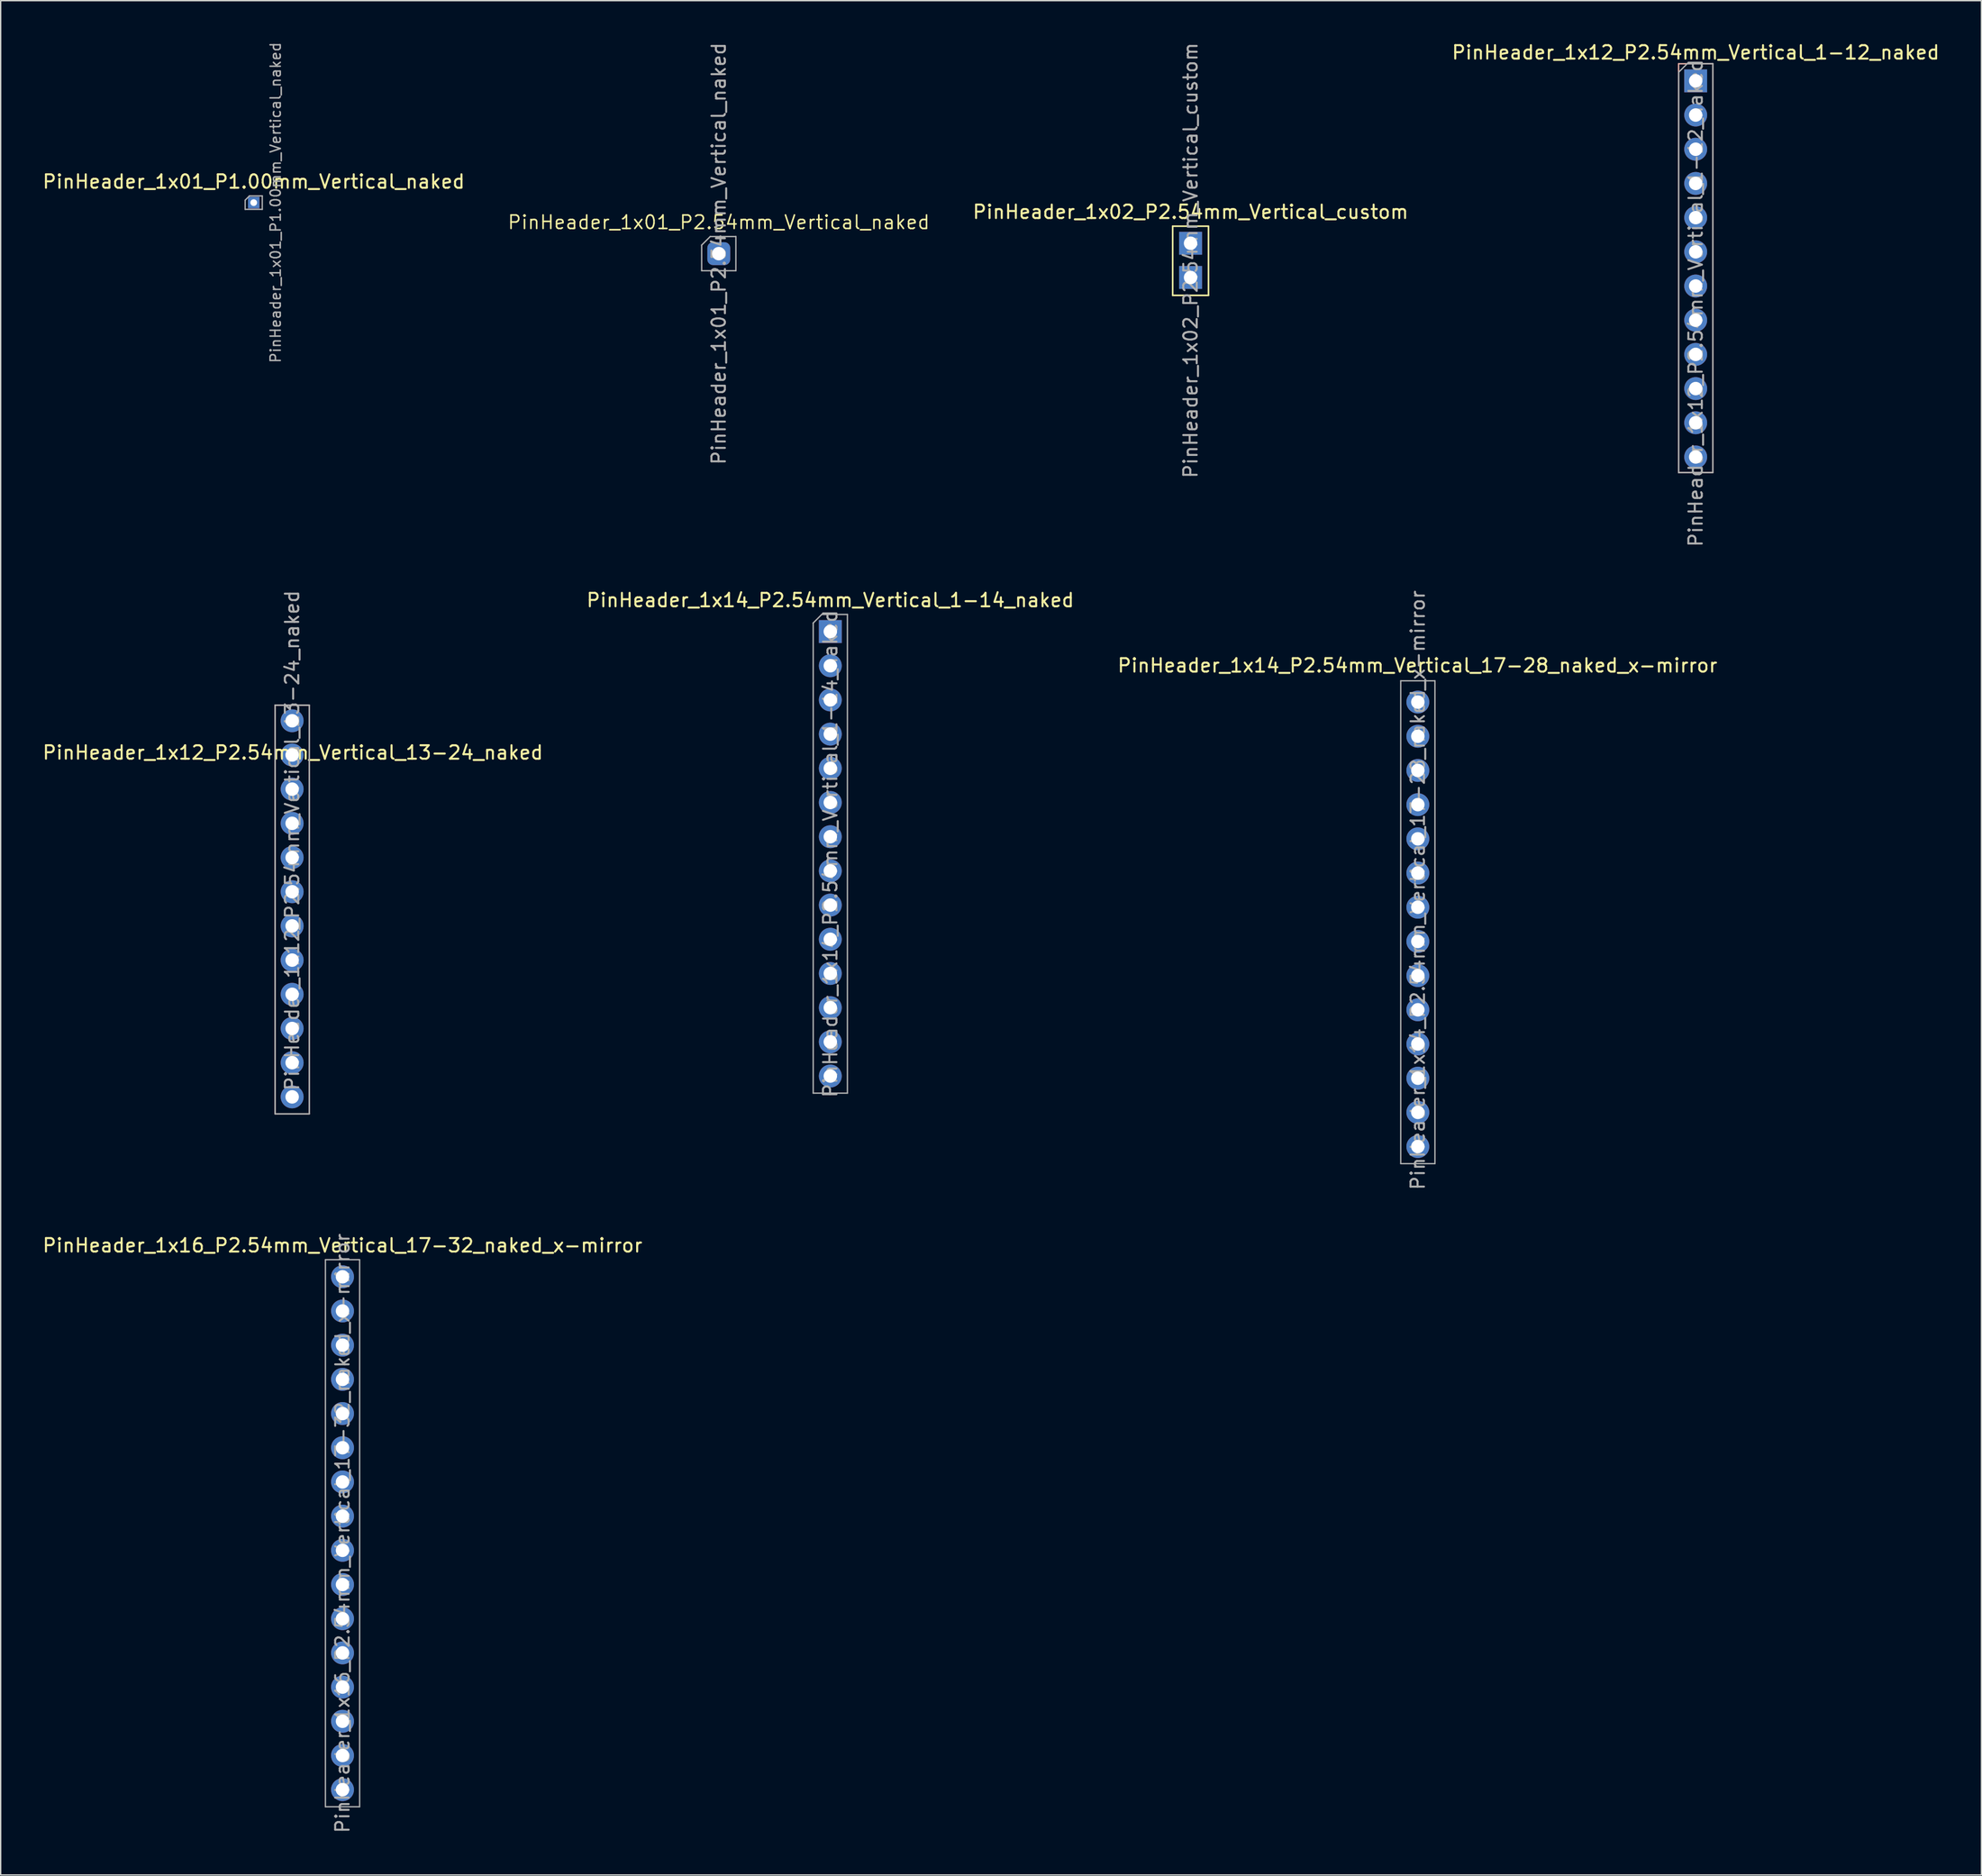
<source format=kicad_pcb>
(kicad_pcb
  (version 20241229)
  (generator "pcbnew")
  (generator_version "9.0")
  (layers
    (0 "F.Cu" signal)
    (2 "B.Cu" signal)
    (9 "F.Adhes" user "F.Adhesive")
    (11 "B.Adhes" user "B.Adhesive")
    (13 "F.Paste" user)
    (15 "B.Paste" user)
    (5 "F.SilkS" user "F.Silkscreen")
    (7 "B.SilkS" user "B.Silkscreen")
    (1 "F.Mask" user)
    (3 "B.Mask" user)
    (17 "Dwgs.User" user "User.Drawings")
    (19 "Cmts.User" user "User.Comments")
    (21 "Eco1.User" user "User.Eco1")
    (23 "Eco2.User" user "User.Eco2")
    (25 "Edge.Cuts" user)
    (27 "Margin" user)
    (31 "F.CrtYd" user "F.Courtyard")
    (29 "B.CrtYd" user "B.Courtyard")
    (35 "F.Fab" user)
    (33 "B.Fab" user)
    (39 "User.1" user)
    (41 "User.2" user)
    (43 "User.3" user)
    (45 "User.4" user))
  (footprint "PinHeader_1x01_P1.00mm_Vertical_naked"
    (layer "F.Cu")
    (at 15.792 12.002)
    (property "Reference" "PinHeader_1x01_P1.00mm_Vertical_naked" (at 0 -1.56 0) (layer "F.SilkS") (effects (font (size 1 1) (thickness 0.15))))
    (attr through_hole)
    (fp_line (start -0.635 -0.182) (end -0.318 -0.5) (stroke (width 0.1) (type solid)) (layer "F.Fab"))
    (fp_line (start -0.635 0.5) (end -0.635 -0.182) (stroke (width 0.1) (type solid)) (layer "F.Fab"))
    (fp_line (start -0.318 -0.5) (end 0.635 -0.5) (stroke (width 0.1) (type solid)) (layer "F.Fab"))
    (fp_line (start 0.635 -0.5) (end 0.635 0.5) (stroke (width 0.1) (type solid)) (layer "F.Fab"))
    (fp_line (start 0.635 0.5) (end -0.635 0.5) (stroke (width 0.1) (type solid)) (layer "F.Fab"))
    (fp_text user "${REFERENCE}" (at 1.626 0 90) (layer "F.Fab") (effects (font (size 0.76 0.76) (thickness 0.114))))
    (pad "1" thru_hole rect (at 0 0) (size 0.85 0.85) (drill 0.5) (layers "*.Cu" "*.Mask")))
  (footprint "PinHeader_1x14_P2.54mm_Vertical_1-14_naked"
    (layer "F.Cu")
    (at 58.613 43.865)
    (property "Reference" "PinHeader_1x14_P2.54mm_Vertical_1-14_naked" (at 0 -2.33 0) (layer "F.SilkS") (effects (font (size 1 1) (thickness 0.15))))
    (attr through_hole)
    (fp_line (start -1.27 -0.635) (end -0.635 -1.27) (stroke (width 0.1) (type solid)) (layer "F.Fab"))
    (fp_line (start -1.27 34.29) (end -1.27 -0.635) (stroke (width 0.1) (type solid)) (layer "F.Fab"))
    (fp_line (start -0.635 -1.27) (end 1.27 -1.27) (stroke (width 0.1) (type solid)) (layer "F.Fab"))
    (fp_line (start 1.27 -1.27) (end 1.27 34.29) (stroke (width 0.1) (type solid)) (layer "F.Fab"))
    (fp_line (start 1.27 34.29) (end -1.27 34.29) (stroke (width 0.1) (type solid)) (layer "F.Fab"))
    (fp_text user "${REFERENCE}" (at 0 16.51 90) (layer "F.Fab") (effects (font (size 1 1) (thickness 0.15))))
    (pad "1" thru_hole rect (at 0 0) (size 1.7 1.7) (drill 1) (layers "*.Cu" "*.Mask"))
    (pad "2" thru_hole oval (at 0 2.54) (size 1.7 1.7) (drill 1) (layers "*.Cu" "*.Mask"))
    (pad "3" thru_hole oval (at 0 5.08) (size 1.7 1.7) (drill 1) (layers "*.Cu" "*.Mask"))
    (pad "4" thru_hole oval (at 0 7.62) (size 1.7 1.7) (drill 1) (layers "*.Cu" "*.Mask"))
    (pad "5" thru_hole oval (at 0 10.16) (size 1.7 1.7) (drill 1) (layers "*.Cu" "*.Mask"))
    (pad "6" thru_hole oval (at 0 12.7) (size 1.7 1.7) (drill 1) (layers "*.Cu" "*.Mask"))
    (pad "7" thru_hole oval (at 0 15.24) (size 1.7 1.7) (drill 1) (layers "*.Cu" "*.Mask"))
    (pad "8" thru_hole oval (at 0 17.78) (size 1.7 1.7) (drill 1) (layers "*.Cu" "*.Mask"))
    (pad "9" thru_hole oval (at 0 20.32) (size 1.7 1.7) (drill 1) (layers "*.Cu" "*.Mask"))
    (pad "10" thru_hole oval (at 0 22.86) (size 1.7 1.7) (drill 1) (layers "*.Cu" "*.Mask"))
    (pad "11" thru_hole oval (at 0 25.4) (size 1.7 1.7) (drill 1) (layers "*.Cu" "*.Mask"))
    (pad "12" thru_hole oval (at 0 27.94) (size 1.7 1.7) (drill 1) (layers "*.Cu" "*.Mask"))
    (pad "13" thru_hole oval (at 0 30.48) (size 1.7 1.7) (drill 1) (layers "*.Cu" "*.Mask"))
    (pad "14" thru_hole oval (at 0 33.02) (size 1.7 1.7) (drill 1) (layers "*.Cu" "*.Mask")))
  (footprint "PinHeader_1x01_P2.54mm_Vertical_naked"
    (layer "F.Cu")
    (at 50.33 15.792)
    (property "Reference" "PinHeader_1x01_P2.54mm_Vertical_naked" (at 0 -2.33 0) (layer "F.SilkS") (effects (font (size 1 1) (thickness 0.12))))
    (attr through_hole)
    (fp_line (start -1.27 -0.635) (end -0.635 -1.27) (stroke (width 0.1) (type solid)) (layer "F.Fab"))
    (fp_line (start -1.27 1.27) (end -1.27 -0.635) (stroke (width 0.1) (type solid)) (layer "F.Fab"))
    (fp_line (start -0.635 -1.27) (end 1.27 -1.27) (stroke (width 0.1) (type solid)) (layer "F.Fab"))
    (fp_line (start 1.27 -1.27) (end 1.27 1.27) (stroke (width 0.1) (type solid)) (layer "F.Fab"))
    (fp_line (start 1.27 1.27) (end -1.27 1.27) (stroke (width 0.1) (type solid)) (layer "F.Fab"))
    (fp_text user "${REFERENCE}" (at 0 0 90) (layer "F.Fab") (effects (font (size 1 1) (thickness 0.15))))
    (pad "1" thru_hole roundrect (at 0 0) (size 1.7 1.7) (drill 1) (layers "*.Cu" "*.Mask") (roundrect_rratio 0.25)))
  (footprint "PinHeader_1x12_P2.54mm_Vertical_13-24_naked"
    (layer "F.Cu")
    (at 18.646 50.493)
    (property "Reference" "PinHeader_1x12_P2.54mm_Vertical_13-24_naked" (at 0.051 2.362 0) (layer "F.SilkS") (effects (font (size 1 1) (thickness 0.15))))
    (attr through_hole)
    (fp_line (start -1.27 -1.16) (end 1.27 -1.16) (stroke (width 0.1) (type solid)) (layer "B.SilkS"))
    (fp_line (start -1.27 29.2) (end -1.27 -1.16) (stroke (width 0.1) (type solid)) (layer "B.SilkS"))
    (fp_line (start 1.27 -1.16) (end 1.27 29.2) (stroke (width 0.1) (type solid)) (layer "B.SilkS"))
    (fp_line (start 1.27 29.2) (end -1.27 29.2) (stroke (width 0.1) (type solid)) (layer "B.SilkS"))
    (fp_line (start -1.27 -1.16) (end 1.27 -1.16) (stroke (width 0.1) (type solid)) (layer "F.Fab"))
    (fp_line (start -1.27 29.2) (end -1.27 -1.16) (stroke (width 0.1) (type solid)) (layer "F.Fab"))
    (fp_line (start 1.27 -1.16) (end 1.27 29.2) (stroke (width 0.1) (type solid)) (layer "F.Fab"))
    (fp_line (start 1.27 29.2) (end -1.27 29.2) (stroke (width 0.1) (type solid)) (layer "F.Fab"))
    (fp_text user "${REFERENCE}" (at 0 8.89 90) (layer "F.Fab") (effects (font (size 1 1) (thickness 0.15))))
    (pad "13" thru_hole oval (at 0 27.94) (size 1.7 1.7) (drill 1) (layers "*.Cu" "*.Mask"))
    (pad "14" thru_hole oval (at 0 25.4) (size 1.7 1.7) (drill 1) (layers "*.Cu" "*.Mask"))
    (pad "15" thru_hole oval (at 0 22.86) (size 1.7 1.7) (drill 1) (layers "*.Cu" "*.Mask"))
    (pad "16" thru_hole oval (at 0 20.32) (size 1.7 1.7) (drill 1) (layers "*.Cu" "*.Mask"))
    (pad "17" thru_hole oval (at 0 17.78) (size 1.7 1.7) (drill 1) (layers "*.Cu" "*.Mask"))
    (pad "18" thru_hole oval (at 0 15.24) (size 1.7 1.7) (drill 1) (layers "*.Cu" "*.Mask"))
    (pad "19" thru_hole oval (at 0 12.7) (size 1.7 1.7) (drill 1) (layers "*.Cu" "*.Mask"))
    (pad "20" thru_hole oval (at 0 10.16) (size 1.7 1.7) (drill 1) (layers "*.Cu" "*.Mask"))
    (pad "21" thru_hole oval (at 0 7.62) (size 1.7 1.7) (drill 1) (layers "*.Cu" "*.Mask"))
    (pad "22" thru_hole oval (at 0 5.08) (size 1.7 1.7) (drill 1) (layers "*.Cu" "*.Mask"))
    (pad "23" thru_hole oval (at 0 2.54) (size 1.7 1.7) (drill 1) (layers "*.Cu" "*.Mask"))
    (pad "24" thru_hole oval (at 0 0) (size 1.7 1.7) (drill 1) (layers "*.Cu" "*.Mask")))
  (footprint "PinHeader_1x16_P2.54mm_Vertical_17-32_naked_x-mirror"
    (layer "F.Cu")
    (at 22.387 91.797)
    (property "Reference" "PinHeader_1x16_P2.54mm_Vertical_17-32_naked_x-mirror" (at 0 -2.33 0) (layer "F.SilkS") (effects (font (size 1 1) (thickness 0.15))))
    (attr through_hole)
    (fp_line (start -1.27 -1.27) (end 1.27 -1.27) (stroke (width 0.1) (type solid)) (layer "F.Fab"))
    (fp_line (start -1.27 39.37) (end -1.27 -1.27) (stroke (width 0.1) (type solid)) (layer "F.Fab"))
    (fp_line (start 1.27 -1.27) (end 1.27 39.37) (stroke (width 0.1) (type solid)) (layer "F.Fab"))
    (fp_line (start 1.27 39.37) (end -1.27 39.37) (stroke (width 0.1) (type solid)) (layer "F.Fab"))
    (fp_text user "${REFERENCE}" (at 0 19.05 90) (layer "F.Fab") (effects (font (size 1 1) (thickness 0.15))))
    (pad "1" thru_hole oval (at 0 38.1) (size 1.7 1.7) (drill 1) (layers "*.Cu" "*.Mask"))
    (pad "2" thru_hole oval (at 0 35.56) (size 1.7 1.7) (drill 1) (layers "*.Cu" "*.Mask"))
    (pad "3" thru_hole oval (at 0 33.02) (size 1.7 1.7) (drill 1) (layers "*.Cu" "*.Mask"))
    (pad "4" thru_hole oval (at 0 30.48) (size 1.7 1.7) (drill 1) (layers "*.Cu" "*.Mask"))
    (pad "5" thru_hole oval (at 0 27.94) (size 1.7 1.7) (drill 1) (layers "*.Cu" "*.Mask"))
    (pad "6" thru_hole oval (at 0 25.4) (size 1.7 1.7) (drill 1) (layers "*.Cu" "*.Mask"))
    (pad "7" thru_hole oval (at 0 22.86) (size 1.7 1.7) (drill 1) (layers "*.Cu" "*.Mask"))
    (pad "8" thru_hole oval (at 0 20.32) (size 1.7 1.7) (drill 1) (layers "*.Cu" "*.Mask"))
    (pad "9" thru_hole oval (at 0 17.78) (size 1.7 1.7) (drill 1) (layers "*.Cu" "*.Mask"))
    (pad "10" thru_hole oval (at 0 15.24) (size 1.7 1.7) (drill 1) (layers "*.Cu" "*.Mask"))
    (pad "11" thru_hole oval (at 0 12.7) (size 1.7 1.7) (drill 1) (layers "*.Cu" "*.Mask"))
    (pad "12" thru_hole oval (at 0 10.16) (size 1.7 1.7) (drill 1) (layers "*.Cu" "*.Mask"))
    (pad "13" thru_hole oval (at 0 7.62) (size 1.7 1.7) (drill 1) (layers "*.Cu" "*.Mask"))
    (pad "14" thru_hole oval (at 0 5.08) (size 1.7 1.7) (drill 1) (layers "*.Cu" "*.Mask"))
    (pad "15" thru_hole oval (at 0 2.54) (size 1.7 1.7) (drill 1) (layers "*.Cu" "*.Mask"))
    (pad "16" thru_hole circle (at 0 0) (size 1.7 1.7) (drill 1) (layers "*.Cu" "*.Mask")))
  (footprint "PinHeader_1x02_P2.54mm_Vertical_custom"
    (layer "F.Cu")
    (at 85.368 15.022)
    (property "Reference" "PinHeader_1x02_P2.54mm_Vertical_custom" (at 0 -2.33 0) (layer "F.SilkS") (effects (font (size 1 1) (thickness 0.15))))
    (attr through_hole)
    (fp_line (start -1.33 -1.27) (end -1.33 3.87) (stroke (width 0.12) (type solid)) (layer "F.SilkS"))
    (fp_line (start -1.33 -1.27) (end 1.314 -1.27) (stroke (width 0.12) (type solid)) (layer "F.SilkS"))
    (fp_line (start -1.33 3.87) (end 1.33 3.87) (stroke (width 0.12) (type solid)) (layer "F.SilkS"))
    (fp_line (start 1.33 -1.27) (end 1.33 3.87) (stroke (width 0.12) (type solid)) (layer "F.SilkS"))
    (fp_text user "${REFERENCE}" (at 0 1.27 90) (layer "F.Fab") (effects (font (size 1 1) (thickness 0.15))))
    (pad "1" thru_hole rect (at 0 0) (size 1.7 1.7) (drill 1) (layers "*.Cu" "*.Mask"))
    (pad "2" thru_hole rect (at 0 2.54) (size 1.7 1.7) (drill 1) (layers "*.Cu" "*.Mask")))
  (footprint "PinHeader_1x12_P2.54mm_Vertical_1-12_naked"
    (layer "F.Cu")
    (at 122.88 2.956)
    (property "Reference" "PinHeader_1x12_P2.54mm_Vertical_1-12_naked" (at 0 -2.108 0) (layer "F.SilkS") (effects (font (size 1 1) (thickness 0.15))))
    (attr through_hole)
    (fp_line (start -1.27 -1.27) (end 1.27 -1.27) (stroke (width 0.1) (type solid)) (layer "B.SilkS"))
    (fp_line (start -1.27 29.1) (end -1.27 -1.27) (stroke (width 0.1) (type solid)) (layer "B.SilkS"))
    (fp_line (start 1.27 -1.27) (end 1.27 29.1) (stroke (width 0.1) (type solid)) (layer "B.SilkS"))
    (fp_line (start 1.27 29.1) (end -1.27 29.1) (stroke (width 0.1) (type solid)) (layer "B.SilkS"))
    (fp_line (start -1.27 -0.635) (end -0.635 -1.27) (stroke (width 0.1) (type solid)) (layer "F.Fab"))
    (fp_line (start -1.27 29.1) (end -1.27 -0.635) (stroke (width 0.1) (type solid)) (layer "F.Fab"))
    (fp_line (start -0.635 -1.27) (end 1.27 -1.27) (stroke (width 0.1) (type solid)) (layer "F.Fab"))
    (fp_line (start 1.27 -1.27) (end 1.27 29.1) (stroke (width 0.1) (type solid)) (layer "F.Fab"))
    (fp_line (start 1.27 29.1) (end -1.27 29.1) (stroke (width 0.1) (type solid)) (layer "F.Fab"))
    (fp_text user "${REFERENCE}" (at 0 16.51 90) (layer "F.Fab") (effects (font (size 1 1) (thickness 0.15))))
    (pad "1" thru_hole rect (at 0 0) (size 1.7 1.7) (drill 1) (layers "*.Cu" "*.Mask"))
    (pad "2" thru_hole oval (at 0 2.54) (size 1.7 1.7) (drill 1) (layers "*.Cu" "*.Mask"))
    (pad "3" thru_hole oval (at 0 5.08) (size 1.7 1.7) (drill 1) (layers "*.Cu" "*.Mask"))
    (pad "4" thru_hole oval (at 0 7.62) (size 1.7 1.7) (drill 1) (layers "*.Cu" "*.Mask"))
    (pad "5" thru_hole oval (at 0 10.16) (size 1.7 1.7) (drill 1) (layers "*.Cu" "*.Mask"))
    (pad "6" thru_hole oval (at 0 12.7) (size 1.7 1.7) (drill 1) (layers "*.Cu" "*.Mask"))
    (pad "7" thru_hole oval (at 0 15.24) (size 1.7 1.7) (drill 1) (layers "*.Cu" "*.Mask"))
    (pad "8" thru_hole oval (at 0 17.78) (size 1.7 1.7) (drill 1) (layers "*.Cu" "*.Mask"))
    (pad "9" thru_hole oval (at 0 20.32) (size 1.7 1.7) (drill 1) (layers "*.Cu" "*.Mask"))
    (pad "10" thru_hole oval (at 0 22.86) (size 1.7 1.7) (drill 1) (layers "*.Cu" "*.Mask"))
    (pad "11" thru_hole oval (at 0 25.4) (size 1.7 1.7) (drill 1) (layers "*.Cu" "*.Mask"))
    (pad "12" thru_hole oval (at 0 27.94) (size 1.7 1.7) (drill 1) (layers "*.Cu" "*.Mask")))
  (footprint "PinHeader_1x14_P2.54mm_Vertical_17-28_naked_x-mirror"
    (layer "F.Cu")
    (at 102.246 44.024)
    (property "Reference" "PinHeader_1x14_P2.54mm_Vertical_17-28_naked_x-mirror" (at -0.025 2.362 0) (layer "F.SilkS") (effects (font (size 1 1) (thickness 0.15))))
    (attr through_hole)
    (fp_line (start -1.27 3.5) (end 1.27 3.5) (stroke (width 0.1) (type solid)) (layer "F.Fab"))
    (fp_line (start -1.27 39.37) (end -1.27 3.5) (stroke (width 0.1) (type solid)) (layer "F.Fab"))
    (fp_line (start 1.27 3.5) (end 1.27 39.37) (stroke (width 0.1) (type solid)) (layer "F.Fab"))
    (fp_line (start 1.27 39.37) (end -1.27 39.37) (stroke (width 0.1) (type solid)) (layer "F.Fab"))
    (fp_text user "${REFERENCE}" (at 0 19.05 90) (layer "F.Fab") (effects (font (size 1 1) (thickness 0.15))))
    (pad "1" thru_hole oval (at 0 38.1) (size 1.7 1.7) (drill 1) (layers "*.Cu" "*.Mask"))
    (pad "2" thru_hole oval (at 0 35.56) (size 1.7 1.7) (drill 1) (layers "*.Cu" "*.Mask"))
    (pad "3" thru_hole oval (at 0 33.02) (size 1.7 1.7) (drill 1) (layers "*.Cu" "*.Mask"))
    (pad "4" thru_hole oval (at 0 30.48) (size 1.7 1.7) (drill 1) (layers "*.Cu" "*.Mask"))
    (pad "5" thru_hole oval (at 0 27.94) (size 1.7 1.7) (drill 1) (layers "*.Cu" "*.Mask"))
    (pad "6" thru_hole oval (at 0 25.4) (size 1.7 1.7) (drill 1) (layers "*.Cu" "*.Mask"))
    (pad "7" thru_hole oval (at 0 22.86) (size 1.7 1.7) (drill 1) (layers "*.Cu" "*.Mask"))
    (pad "8" thru_hole oval (at 0 20.32) (size 1.7 1.7) (drill 1) (layers "*.Cu" "*.Mask"))
    (pad "9" thru_hole oval (at 0 17.78) (size 1.7 1.7) (drill 1) (layers "*.Cu" "*.Mask"))
    (pad "10" thru_hole oval (at 0 15.24) (size 1.7 1.7) (drill 1) (layers "*.Cu" "*.Mask"))
    (pad "11" thru_hole oval (at 0 12.7) (size 1.7 1.7) (drill 1) (layers "*.Cu" "*.Mask"))
    (pad "12" thru_hole oval (at 0 10.16) (size 1.7 1.7) (drill 1) (layers "*.Cu" "*.Mask"))
    (pad "13" thru_hole oval (at 0 7.62) (size 1.7 1.7) (drill 1) (layers "*.Cu" "*.Mask"))
    (pad "14" thru_hole oval (at 0 5.08) (size 1.7 1.7) (drill 1) (layers "*.Cu" "*.Mask")))
  (gr_rect
    (start -3 -3)
    (end 144.1 136.234)
    (stroke (width 0.1) (type default))
    (fill no)
    (layer "Edge.Cuts")))
</source>
